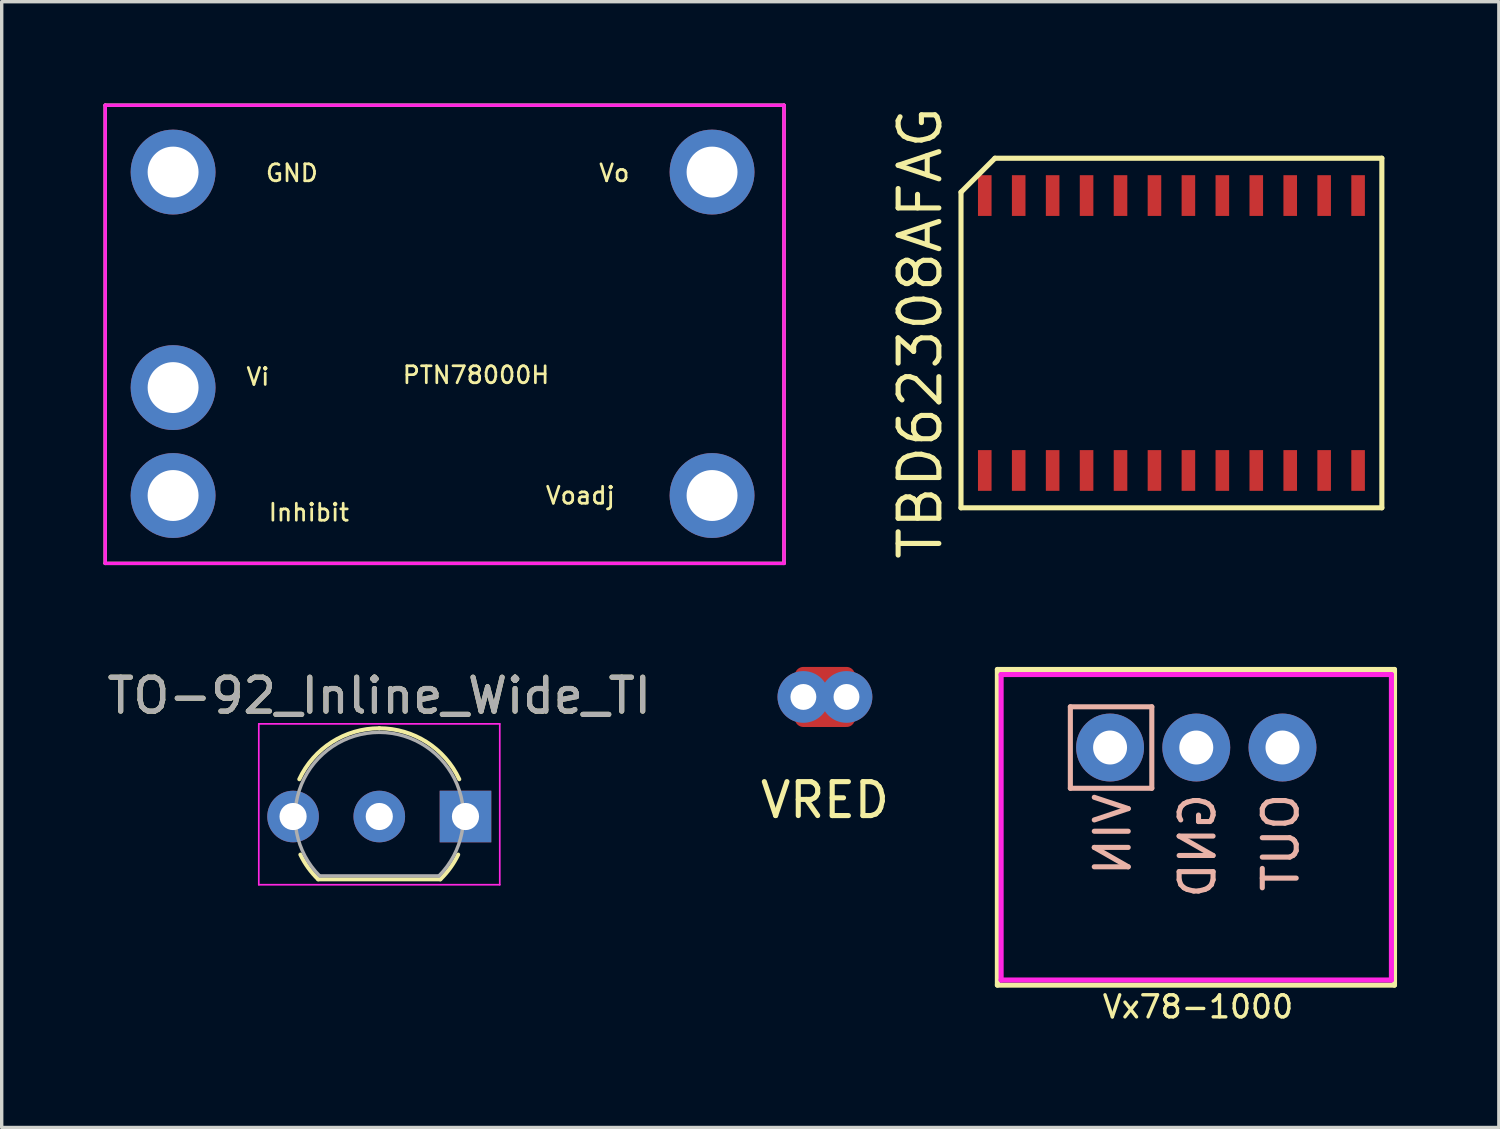
<source format=kicad_pcb>
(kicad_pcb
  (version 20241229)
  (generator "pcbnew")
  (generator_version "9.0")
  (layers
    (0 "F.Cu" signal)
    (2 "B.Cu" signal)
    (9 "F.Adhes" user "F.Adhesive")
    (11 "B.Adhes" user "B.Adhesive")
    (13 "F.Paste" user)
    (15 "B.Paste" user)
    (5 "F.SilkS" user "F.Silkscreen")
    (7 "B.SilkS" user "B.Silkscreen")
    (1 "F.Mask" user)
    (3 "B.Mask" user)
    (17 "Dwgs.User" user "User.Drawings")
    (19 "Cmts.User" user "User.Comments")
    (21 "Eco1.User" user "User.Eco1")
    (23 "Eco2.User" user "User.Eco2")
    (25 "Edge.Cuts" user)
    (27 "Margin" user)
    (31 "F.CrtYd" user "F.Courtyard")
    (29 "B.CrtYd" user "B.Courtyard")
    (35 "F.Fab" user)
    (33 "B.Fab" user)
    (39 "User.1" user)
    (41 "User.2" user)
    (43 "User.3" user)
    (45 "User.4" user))
  (footprint "PTN78000H"
    (layer "F.Cu")
    (at 2.05 11.55)
    (property "Reference" "PTN78000H" (at 8.925 -3.55 0) (layer "F.SilkS") (effects (font (size 0.5 0.5) (thickness 0.08))))
    (attr through_hole)
    (fp_line (start -2 -11.5) (end 18 -11.5) (stroke (width 0.1) (type solid)) (layer "F.SilkS"))
    (fp_line (start -2 2) (end -2 -11.5) (stroke (width 0.1) (type solid)) (layer "F.SilkS"))
    (fp_line (start 18 -11.5) (end 18 2) (stroke (width 0.1) (type solid)) (layer "F.SilkS"))
    (fp_line (start 18 2) (end -2 2) (stroke (width 0.1) (type solid)) (layer "F.SilkS"))
    (fp_line (start -2 -11.5) (end -2 2) (stroke (width 0.1) (type solid)) (layer "F.CrtYd"))
    (fp_line (start -2 2) (end 18 2) (stroke (width 0.1) (type solid)) (layer "F.CrtYd"))
    (fp_line (start 18 -11.5) (end -2 -11.5) (stroke (width 0.1) (type solid)) (layer "F.CrtYd"))
    (fp_line (start 18 2) (end 18 -11.5) (stroke (width 0.1) (type solid)) (layer "F.CrtYd"))
    (fp_text user "Vi" (at 2.5 -3.5 0) (layer "F.SilkS") (effects (font (size 0.5 0.5) (thickness 0.08))))
    (fp_text user "GND" (at 3.5 -9.5 0) (layer "F.SilkS") (effects (font (size 0.5 0.5) (thickness 0.08))))
    (fp_text user "Vo" (at 13 -9.5 0) (layer "F.SilkS") (effects (font (size 0.5 0.5) (thickness 0.08))))
    (fp_text user "Inhibit" (at 4 0.5 0) (layer "F.SilkS") (effects (font (size 0.5 0.5) (thickness 0.08))))
    (fp_text user "Voadj" (at 12 0 0) (layer "F.SilkS") (effects (font (size 0.5 0.5) (thickness 0.08))))
    (pad "1" thru_hole circle (at 0 -9.53) (size 2.5 2.5) (drill 1.5) (layers "*.Cu" "*.Mask"))
    (pad "2" thru_hole circle (at 0 -3.18) (size 2.5 2.5) (drill 1.5) (layers "*.Cu" "*.Mask"))
    (pad "3" thru_hole circle (at 0 0) (size 2.5 2.5) (drill 1.5) (layers "*.Cu" "*.Mask"))
    (pad "4" thru_hole circle (at 15.88 0) (size 2.5 2.5) (drill 1.5) (layers "*.Cu" "*.Mask"))
    (pad "5" thru_hole circle (at 15.88 -9.53) (size 2.5 2.5) (drill 1.5) (layers "*.Cu" "*.Mask")))
  (footprint "TO-92_Inline_Wide_TI"
    (layer "F.Cu")
    (at 5.585 21.008)
    (property "Reference" "TO-92_Inline_Wide_TI" (at 2.54 -3.56 180) (layer "F.SilkS") (effects (font (size 1 1) (thickness 0.15))))
    (attr through_hole)
    (fp_line (start 0.74 1.85) (end 4.34 1.85) (stroke (width 0.12) (type solid)) (layer "F.SilkS"))
    (fp_arc (start 0.1836 -1.098807) (mid 1.143021 -2.192817) (end 2.54 -2.6) (stroke (width 0.12) (type solid)) (layer "F.SilkS"))
    (fp_arc (start 0.74 1.85) (mid 0.446097 1.509328) (end 0.215816 1.122795) (stroke (width 0.12) (type solid)) (layer "F.SilkS"))
    (fp_arc (start 2.54 -2.6) (mid 3.936979 -2.192818) (end 4.8964 -1.098807) (stroke (width 0.12) (type solid)) (layer "F.SilkS"))
    (fp_arc (start 4.864184 1.122795) (mid 4.633903 1.509328) (end 4.34 1.85) (stroke (width 0.12) (type solid)) (layer "F.SilkS"))
    (fp_line (start -1.01 -2.73) (end -1.01 2.01) (stroke (width 0.05) (type solid)) (layer "F.CrtYd"))
    (fp_line (start -1.01 -2.73) (end 6.09 -2.73) (stroke (width 0.05) (type solid)) (layer "F.CrtYd"))
    (fp_line (start 6.09 2.01) (end -1.01 2.01) (stroke (width 0.05) (type solid)) (layer "F.CrtYd"))
    (fp_line (start 6.09 2.01) (end 6.09 -2.73) (stroke (width 0.05) (type solid)) (layer "F.CrtYd"))
    (fp_line (start 0.8 1.75) (end 4.3 1.75) (stroke (width 0.1) (type solid)) (layer "F.Fab"))
    (fp_arc (start 0.786375 1.753625) (mid 0.248779 -0.949055) (end 2.54 -2.48) (stroke (width 0.1) (type solid)) (layer "F.Fab"))
    (fp_arc (start 2.54 -2.48) (mid 4.831221 -0.949055) (end 4.293625 1.753625) (stroke (width 0.1) (type solid)) (layer "F.Fab"))
    (fp_text user "${REFERENCE}" (at 2.54 -3.56 180) (layer "F.Fab") (effects (font (size 1 1) (thickness 0.15))))
    (pad "1" thru_hole rect (at 5.08 0 90) (size 1.52 1.52) (drill 0.8) (layers "*.Cu" "*.Mask"))
    (pad "2" thru_hole circle (at 2.54 0 90) (size 1.52 1.52) (drill 0.8) (layers "*.Cu" "*.Mask"))
    (pad "3" thru_hole circle (at 0 0 90) (size 1.52 1.52) (drill 0.8) (layers "*.Cu" "*.Mask")))
  (footprint "Vx78-1000"
    (layer "F.Cu")
    (at 31.637 21.225)
    (property "Reference" "Vx78-1000" (at 0.61 5.39 0) (layer "F.SilkS") (effects (font (size 0.65 0.65) (thickness 0.1))))
    (attr through_hole)
    (fp_line (start -5.3 -4.55) (end 6.4 -4.55) (stroke (width 0.15) (type solid)) (layer "F.SilkS"))
    (fp_line (start -5.3 4.75) (end -5.3 -4.55) (stroke (width 0.15) (type solid)) (layer "F.SilkS"))
    (fp_line (start 6.4 -4.55) (end 6.4 4.75) (stroke (width 0.15) (type solid)) (layer "F.SilkS"))
    (fp_line (start 6.4 4.75) (end -5.3 4.75) (stroke (width 0.15) (type solid)) (layer "F.SilkS"))
    (fp_line (start -3.15 -3.45) (end -0.75 -3.45) (stroke (width 0.15) (type solid)) (layer "B.SilkS"))
    (fp_line (start -3.15 -1.05) (end -3.15 -3.45) (stroke (width 0.15) (type solid)) (layer "B.SilkS"))
    (fp_line (start -0.75 -3.45) (end -0.75 -1.05) (stroke (width 0.15) (type solid)) (layer "B.SilkS"))
    (fp_line (start -0.75 -1.05) (end -3.15 -1.05) (stroke (width 0.15) (type solid)) (layer "B.SilkS"))
    (fp_line (start -5.19 4.6) (end -5.19 -4.4) (stroke (width 0.15) (type solid)) (layer "F.CrtYd"))
    (fp_line (start 6.31 -4.4) (end -5.19 -4.4) (stroke (width 0.15) (type solid)) (layer "F.CrtYd"))
    (fp_line (start 6.31 4.6) (end -5.19 4.6) (stroke (width 0.15) (type solid)) (layer "F.CrtYd"))
    (fp_line (start 6.31 4.6) (end 6.31 -4.4) (stroke (width 0.15) (type solid)) (layer "F.CrtYd"))
    (fp_text user "GND" (at 0.6 0.645 90) (layer "B.SilkS") (effects (font (size 1 1) (thickness 0.15)) (justify mirror)))
    (fp_text user "OUT" (at 3.05 0.55 270) (layer "B.SilkS") (effects (font (size 1 1) (thickness 0.15)) (justify mirror)))
    (fp_text user "VIN" (at -1.9 0.312 270) (layer "B.SilkS") (effects (font (size 1 1) (thickness 0.15)) (justify mirror)))
    (pad "1" thru_hole circle (at -1.98 -2.25 180) (size 2 2) (drill 1) (layers "*.Cu" "*.Mask"))
    (pad "2" thru_hole circle (at 0.56 -2.25 180) (size 2 2) (drill 1) (layers "*.Cu" "*.Mask"))
    (pad "3" thru_hole circle (at 3.1 -2.25 180) (size 2 2) (drill 1) (layers "*.Cu" "*.Mask")))
  (footprint "TBD62308AFAG"
    (layer "F.Cu")
    (at 31.465 6.762)
    (property "Reference" "TBD62308AFAG" (at -7.4 0 90) (layer "F.SilkS") (effects (font (size 1.2 1.2) (thickness 0.15))))
    (attr through_hole)
    (fp_line (start -6.2 -4.15) (end -6.2 5.15) (stroke (width 0.15) (type solid)) (layer "F.SilkS"))
    (fp_line (start -6.2 5.15) (end 6.2 5.15) (stroke (width 0.15) (type solid)) (layer "F.SilkS"))
    (fp_line (start -5.2 -5.15) (end -6.2 -4.15) (stroke (width 0.15) (type solid)) (layer "F.SilkS"))
    (fp_line (start 6.2 -5.15) (end -5.2 -5.15) (stroke (width 0.15) (type solid)) (layer "F.SilkS"))
    (fp_line (start 6.2 5.15) (end 6.2 -5.15) (stroke (width 0.15) (type solid)) (layer "F.SilkS"))
    (pad "1" smd rect (at -5.5 4.05) (size 0.4 1.2) (layers "F.Cu" "F.Mask" "F.Paste"))
    (pad "2" smd rect (at -4.5 4.05) (size 0.4 1.2) (layers "F.Cu" "F.Mask" "F.Paste"))
    (pad "3" smd rect (at -3.5 4.05) (size 0.4 1.2) (layers "F.Cu" "F.Mask" "F.Paste"))
    (pad "4" smd rect (at -2.5 4.05) (size 0.4 1.2) (layers "F.Cu" "F.Mask" "F.Paste"))
    (pad "5" smd rect (at -1.5 4.05) (size 0.4 1.2) (layers "F.Cu" "F.Mask" "F.Paste"))
    (pad "6" smd rect (at -0.5 4.05) (size 0.4 1.2) (layers "F.Cu" "F.Mask" "F.Paste"))
    (pad "7" smd rect (at 0.5 4.05) (size 0.4 1.2) (layers "F.Cu" "F.Mask" "F.Paste"))
    (pad "8" smd rect (at 1.5 4.05) (size 0.4 1.2) (layers "F.Cu" "F.Mask" "F.Paste"))
    (pad "9" smd rect (at 2.5 4.05) (size 0.4 1.2) (layers "F.Cu" "F.Mask" "F.Paste"))
    (pad "10" smd rect (at 3.5 4.05) (size 0.4 1.2) (layers "F.Cu" "F.Mask" "F.Paste"))
    (pad "11" smd rect (at 4.5 4.05) (size 0.4 1.2) (layers "F.Cu" "F.Mask" "F.Paste"))
    (pad "12" smd rect (at 5.5 4.05) (size 0.4 1.2) (layers "F.Cu" "F.Mask" "F.Paste"))
    (pad "13" smd rect (at 5.5 -4.05) (size 0.4 1.2) (layers "F.Cu" "F.Mask" "F.Paste"))
    (pad "14" smd rect (at 4.5 -4.05) (size 0.4 1.2) (layers "F.Cu" "F.Mask" "F.Paste"))
    (pad "15" smd rect (at 3.5 -4.05) (size 0.4 1.2) (layers "F.Cu" "F.Mask" "F.Paste"))
    (pad "16" smd rect (at 2.5 -4.05) (size 0.4 1.2) (layers "F.Cu" "F.Mask" "F.Paste"))
    (pad "17" smd rect (at 1.5 -4.05) (size 0.4 1.2) (layers "F.Cu" "F.Mask" "F.Paste"))
    (pad "18" smd rect (at 0.5 -4.05) (size 0.4 1.2) (layers "F.Cu" "F.Mask" "F.Paste"))
    (pad "19" smd rect (at -0.5 -4.05) (size 0.4 1.2) (layers "F.Cu" "F.Mask" "F.Paste"))
    (pad "20" smd rect (at -1.5 -4.05) (size 0.4 1.2) (layers "F.Cu" "F.Mask" "F.Paste"))
    (pad "21" smd rect (at -2.5 -4.05) (size 0.4 1.2) (layers "F.Cu" "F.Mask" "F.Paste"))
    (pad "22" smd rect (at -3.5 -4.05) (size 0.4 1.2) (layers "F.Cu" "F.Mask" "F.Paste"))
    (pad "23" smd rect (at -4.5 -4.05) (size 0.4 1.2) (layers "F.Cu" "F.Mask" "F.Paste"))
    (pad "24" smd rect (at -5.5 -4.05) (size 0.4 1.2) (layers "F.Cu" "F.Mask" "F.Paste")))
  (footprint "VRED"
    (layer "F.Cu")
    (at 20.621 17.485)
    (property "Reference" "VRED" (at 0.635 3.04 0) (layer "F.SilkS") (effects (font (size 1 1) (thickness 0.15))))
    (attr through_hole)
    (fp_line (start 0 -0.635) (end 1.27 -0.635) (stroke (width 0.5) (type solid)) (layer "F.Cu"))
    (fp_line (start 0 0.635) (end 1.27 0.635) (stroke (width 0.5) (type solid)) (layer "F.Cu"))
    (pad "1" thru_hole circle (at 0 0) (size 1.524 1.524) (drill 0.762) (layers "*.Cu" "*.Mask"))
    (pad "2" thru_hole circle (at 1.27 0) (size 1.524 1.524) (drill 0.762) (layers "*.Cu" "*.Mask")))
  (gr_rect
    (start -3 -3)
    (end 41.112 30.171)
    (stroke (width 0.1) (type default))
    (fill no)
    (layer "Edge.Cuts")))
</source>
